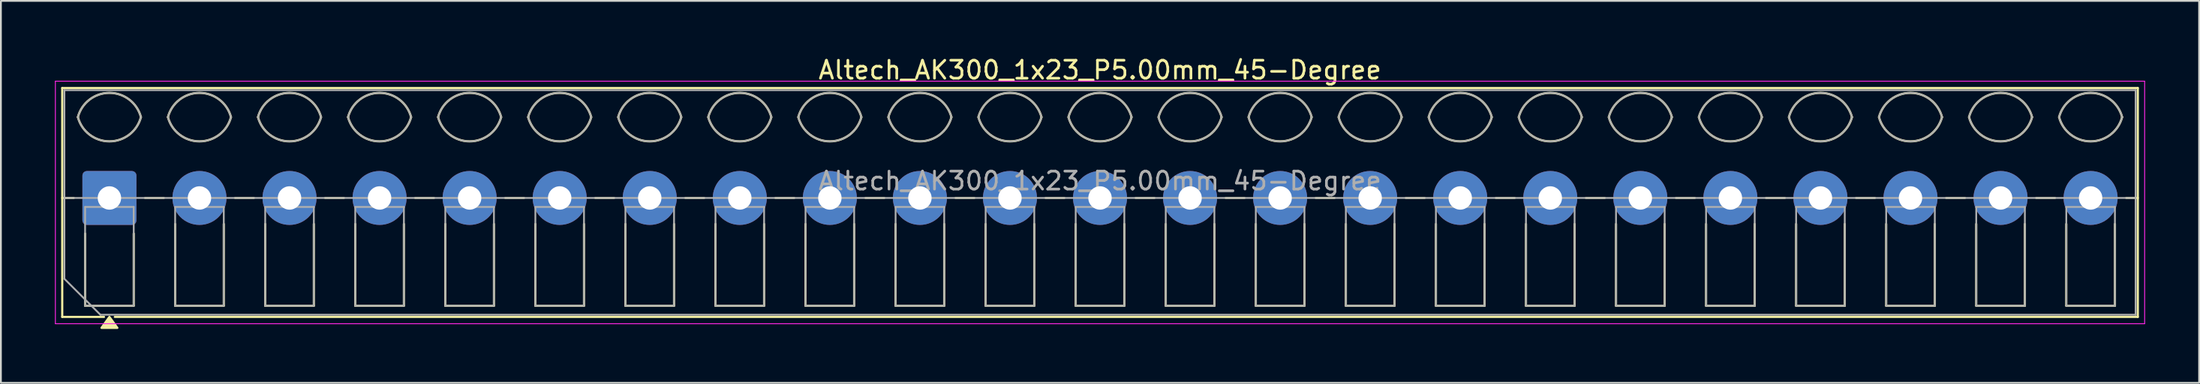
<source format=kicad_pcb>
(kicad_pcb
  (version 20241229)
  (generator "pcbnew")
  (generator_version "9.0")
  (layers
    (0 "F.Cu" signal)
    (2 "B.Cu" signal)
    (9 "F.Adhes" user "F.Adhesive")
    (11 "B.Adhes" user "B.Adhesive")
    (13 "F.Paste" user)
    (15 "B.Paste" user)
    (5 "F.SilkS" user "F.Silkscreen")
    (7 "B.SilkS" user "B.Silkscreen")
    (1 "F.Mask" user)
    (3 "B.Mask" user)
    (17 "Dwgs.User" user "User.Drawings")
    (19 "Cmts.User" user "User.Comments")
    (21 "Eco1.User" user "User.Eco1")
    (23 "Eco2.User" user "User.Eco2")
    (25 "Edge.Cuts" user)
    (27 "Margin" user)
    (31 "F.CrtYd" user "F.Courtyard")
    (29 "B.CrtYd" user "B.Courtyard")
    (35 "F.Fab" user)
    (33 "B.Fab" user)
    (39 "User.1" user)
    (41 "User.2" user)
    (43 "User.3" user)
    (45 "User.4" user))
  (footprint "Altech_AK300_1x23_P5.00mm_45-Degree"
    (layer "F.Cu")
    (at 3.025 7.968)
    (property "Reference" "Altech_AK300_1x23_P5.00mm_45-Degree" (at 55 -7.12 0) (layer "F.SilkS") (effects (font (size 1 1) (thickness 0.15))))
    (attr through_hole)
    (fp_line (start -2.62 -6.12) (end 112.62 -6.12) (stroke (width 0.12) (type solid)) (layer "F.SilkS"))
    (fp_line (start -2.62 0) (end -1.98 0) (stroke (width 0.12) (type solid)) (layer "F.SilkS"))
    (fp_line (start -2.62 6.62) (end -2.62 -6.12) (stroke (width 0.12) (type solid)) (layer "F.SilkS"))
    (fp_line (start -1.35 6) (end -1.35 1.98) (stroke (width 0.12) (type solid)) (layer "F.SilkS"))
    (fp_line (start -0.3 6.62) (end -2.62 6.62) (stroke (width 0.12) (type solid)) (layer "F.SilkS"))
    (fp_line (start 1.35 1.98) (end 1.35 6) (stroke (width 0.12) (type solid)) (layer "F.SilkS"))
    (fp_line (start 1.35 6) (end -1.35 6) (stroke (width 0.12) (type solid)) (layer "F.SilkS"))
    (fp_line (start 1.98 0) (end 3.02 0) (stroke (width 0.12) (type solid)) (layer "F.SilkS"))
    (fp_line (start 3.65 6) (end 3.65 1.448) (stroke (width 0.12) (type solid)) (layer "F.SilkS"))
    (fp_line (start 6.35 1.448) (end 6.35 6) (stroke (width 0.12) (type solid)) (layer "F.SilkS"))
    (fp_line (start 6.35 6) (end 3.65 6) (stroke (width 0.12) (type solid)) (layer "F.SilkS"))
    (fp_line (start 6.98 0) (end 8.02 0) (stroke (width 0.12) (type solid)) (layer "F.SilkS"))
    (fp_line (start 8.65 6) (end 8.65 1.448) (stroke (width 0.12) (type solid)) (layer "F.SilkS"))
    (fp_line (start 11.35 1.448) (end 11.35 6) (stroke (width 0.12) (type solid)) (layer "F.SilkS"))
    (fp_line (start 11.35 6) (end 8.65 6) (stroke (width 0.12) (type solid)) (layer "F.SilkS"))
    (fp_line (start 11.98 0) (end 13.02 0) (stroke (width 0.12) (type solid)) (layer "F.SilkS"))
    (fp_line (start 13.65 6) (end 13.65 1.448) (stroke (width 0.12) (type solid)) (layer "F.SilkS"))
    (fp_line (start 16.35 1.448) (end 16.35 6) (stroke (width 0.12) (type solid)) (layer "F.SilkS"))
    (fp_line (start 16.35 6) (end 13.65 6) (stroke (width 0.12) (type solid)) (layer "F.SilkS"))
    (fp_line (start 16.98 0) (end 18.02 0) (stroke (width 0.12) (type solid)) (layer "F.SilkS"))
    (fp_line (start 18.65 6) (end 18.65 1.448) (stroke (width 0.12) (type solid)) (layer "F.SilkS"))
    (fp_line (start 21.35 1.448) (end 21.35 6) (stroke (width 0.12) (type solid)) (layer "F.SilkS"))
    (fp_line (start 21.35 6) (end 18.65 6) (stroke (width 0.12) (type solid)) (layer "F.SilkS"))
    (fp_line (start 21.98 0) (end 23.02 0) (stroke (width 0.12) (type solid)) (layer "F.SilkS"))
    (fp_line (start 23.65 6) (end 23.65 1.448) (stroke (width 0.12) (type solid)) (layer "F.SilkS"))
    (fp_line (start 26.35 1.448) (end 26.35 6) (stroke (width 0.12) (type solid)) (layer "F.SilkS"))
    (fp_line (start 26.35 6) (end 23.65 6) (stroke (width 0.12) (type solid)) (layer "F.SilkS"))
    (fp_line (start 26.98 0) (end 28.02 0) (stroke (width 0.12) (type solid)) (layer "F.SilkS"))
    (fp_line (start 28.65 6) (end 28.65 1.448) (stroke (width 0.12) (type solid)) (layer "F.SilkS"))
    (fp_line (start 31.35 1.448) (end 31.35 6) (stroke (width 0.12) (type solid)) (layer "F.SilkS"))
    (fp_line (start 31.35 6) (end 28.65 6) (stroke (width 0.12) (type solid)) (layer "F.SilkS"))
    (fp_line (start 31.98 0) (end 33.02 0) (stroke (width 0.12) (type solid)) (layer "F.SilkS"))
    (fp_line (start 33.65 6) (end 33.65 1.448) (stroke (width 0.12) (type solid)) (layer "F.SilkS"))
    (fp_line (start 36.35 1.448) (end 36.35 6) (stroke (width 0.12) (type solid)) (layer "F.SilkS"))
    (fp_line (start 36.35 6) (end 33.65 6) (stroke (width 0.12) (type solid)) (layer "F.SilkS"))
    (fp_line (start 36.98 0) (end 38.02 0) (stroke (width 0.12) (type solid)) (layer "F.SilkS"))
    (fp_line (start 38.65 6) (end 38.65 1.448) (stroke (width 0.12) (type solid)) (layer "F.SilkS"))
    (fp_line (start 41.35 1.448) (end 41.35 6) (stroke (width 0.12) (type solid)) (layer "F.SilkS"))
    (fp_line (start 41.35 6) (end 38.65 6) (stroke (width 0.12) (type solid)) (layer "F.SilkS"))
    (fp_line (start 41.98 0) (end 43.02 0) (stroke (width 0.12) (type solid)) (layer "F.SilkS"))
    (fp_line (start 43.65 6) (end 43.65 1.448) (stroke (width 0.12) (type solid)) (layer "F.SilkS"))
    (fp_line (start 46.35 1.448) (end 46.35 6) (stroke (width 0.12) (type solid)) (layer "F.SilkS"))
    (fp_line (start 46.35 6) (end 43.65 6) (stroke (width 0.12) (type solid)) (layer "F.SilkS"))
    (fp_line (start 46.98 0) (end 48.02 0) (stroke (width 0.12) (type solid)) (layer "F.SilkS"))
    (fp_line (start 48.65 6) (end 48.65 1.448) (stroke (width 0.12) (type solid)) (layer "F.SilkS"))
    (fp_line (start 51.35 1.448) (end 51.35 6) (stroke (width 0.12) (type solid)) (layer "F.SilkS"))
    (fp_line (start 51.35 6) (end 48.65 6) (stroke (width 0.12) (type solid)) (layer "F.SilkS"))
    (fp_line (start 51.98 0) (end 53.02 0) (stroke (width 0.12) (type solid)) (layer "F.SilkS"))
    (fp_line (start 53.65 6) (end 53.65 1.448) (stroke (width 0.12) (type solid)) (layer "F.SilkS"))
    (fp_line (start 56.35 1.448) (end 56.35 6) (stroke (width 0.12) (type solid)) (layer "F.SilkS"))
    (fp_line (start 56.35 6) (end 53.65 6) (stroke (width 0.12) (type solid)) (layer "F.SilkS"))
    (fp_line (start 56.98 0) (end 58.02 0) (stroke (width 0.12) (type solid)) (layer "F.SilkS"))
    (fp_line (start 58.65 6) (end 58.65 1.448) (stroke (width 0.12) (type solid)) (layer "F.SilkS"))
    (fp_line (start 61.35 1.448) (end 61.35 6) (stroke (width 0.12) (type solid)) (layer "F.SilkS"))
    (fp_line (start 61.35 6) (end 58.65 6) (stroke (width 0.12) (type solid)) (layer "F.SilkS"))
    (fp_line (start 61.98 0) (end 63.02 0) (stroke (width 0.12) (type solid)) (layer "F.SilkS"))
    (fp_line (start 63.65 6) (end 63.65 1.448) (stroke (width 0.12) (type solid)) (layer "F.SilkS"))
    (fp_line (start 66.35 1.448) (end 66.35 6) (stroke (width 0.12) (type solid)) (layer "F.SilkS"))
    (fp_line (start 66.35 6) (end 63.65 6) (stroke (width 0.12) (type solid)) (layer "F.SilkS"))
    (fp_line (start 66.98 0) (end 68.02 0) (stroke (width 0.12) (type solid)) (layer "F.SilkS"))
    (fp_line (start 68.65 6) (end 68.65 1.448) (stroke (width 0.12) (type solid)) (layer "F.SilkS"))
    (fp_line (start 71.35 1.448) (end 71.35 6) (stroke (width 0.12) (type solid)) (layer "F.SilkS"))
    (fp_line (start 71.35 6) (end 68.65 6) (stroke (width 0.12) (type solid)) (layer "F.SilkS"))
    (fp_line (start 71.98 0) (end 73.02 0) (stroke (width 0.12) (type solid)) (layer "F.SilkS"))
    (fp_line (start 73.65 6) (end 73.65 1.448) (stroke (width 0.12) (type solid)) (layer "F.SilkS"))
    (fp_line (start 76.35 1.448) (end 76.35 6) (stroke (width 0.12) (type solid)) (layer "F.SilkS"))
    (fp_line (start 76.35 6) (end 73.65 6) (stroke (width 0.12) (type solid)) (layer "F.SilkS"))
    (fp_line (start 76.98 0) (end 78.02 0) (stroke (width 0.12) (type solid)) (layer "F.SilkS"))
    (fp_line (start 78.65 6) (end 78.65 1.448) (stroke (width 0.12) (type solid)) (layer "F.SilkS"))
    (fp_line (start 81.35 1.448) (end 81.35 6) (stroke (width 0.12) (type solid)) (layer "F.SilkS"))
    (fp_line (start 81.35 6) (end 78.65 6) (stroke (width 0.12) (type solid)) (layer "F.SilkS"))
    (fp_line (start 81.98 0) (end 83.02 0) (stroke (width 0.12) (type solid)) (layer "F.SilkS"))
    (fp_line (start 83.65 6) (end 83.65 1.448) (stroke (width 0.12) (type solid)) (layer "F.SilkS"))
    (fp_line (start 86.35 1.448) (end 86.35 6) (stroke (width 0.12) (type solid)) (layer "F.SilkS"))
    (fp_line (start 86.35 6) (end 83.65 6) (stroke (width 0.12) (type solid)) (layer "F.SilkS"))
    (fp_line (start 86.98 0) (end 88.02 0) (stroke (width 0.12) (type solid)) (layer "F.SilkS"))
    (fp_line (start 88.65 6) (end 88.65 1.448) (stroke (width 0.12) (type solid)) (layer "F.SilkS"))
    (fp_line (start 91.35 1.448) (end 91.35 6) (stroke (width 0.12) (type solid)) (layer "F.SilkS"))
    (fp_line (start 91.35 6) (end 88.65 6) (stroke (width 0.12) (type solid)) (layer "F.SilkS"))
    (fp_line (start 91.98 0) (end 93.02 0) (stroke (width 0.12) (type solid)) (layer "F.SilkS"))
    (fp_line (start 93.65 6) (end 93.65 1.448) (stroke (width 0.12) (type solid)) (layer "F.SilkS"))
    (fp_line (start 96.35 1.448) (end 96.35 6) (stroke (width 0.12) (type solid)) (layer "F.SilkS"))
    (fp_line (start 96.35 6) (end 93.65 6) (stroke (width 0.12) (type solid)) (layer "F.SilkS"))
    (fp_line (start 96.98 0) (end 98.02 0) (stroke (width 0.12) (type solid)) (layer "F.SilkS"))
    (fp_line (start 98.65 6) (end 98.65 1.448) (stroke (width 0.12) (type solid)) (layer "F.SilkS"))
    (fp_line (start 101.35 1.448) (end 101.35 6) (stroke (width 0.12) (type solid)) (layer "F.SilkS"))
    (fp_line (start 101.35 6) (end 98.65 6) (stroke (width 0.12) (type solid)) (layer "F.SilkS"))
    (fp_line (start 101.98 0) (end 103.02 0) (stroke (width 0.12) (type solid)) (layer "F.SilkS"))
    (fp_line (start 103.65 6) (end 103.65 1.448) (stroke (width 0.12) (type solid)) (layer "F.SilkS"))
    (fp_line (start 106.35 1.448) (end 106.35 6) (stroke (width 0.12) (type solid)) (layer "F.SilkS"))
    (fp_line (start 106.35 6) (end 103.65 6) (stroke (width 0.12) (type solid)) (layer "F.SilkS"))
    (fp_line (start 106.98 0) (end 108.02 0) (stroke (width 0.12) (type solid)) (layer "F.SilkS"))
    (fp_line (start 108.65 6) (end 108.65 1.448) (stroke (width 0.12) (type solid)) (layer "F.SilkS"))
    (fp_line (start 111.35 1.448) (end 111.35 6) (stroke (width 0.12) (type solid)) (layer "F.SilkS"))
    (fp_line (start 111.35 6) (end 108.65 6) (stroke (width 0.12) (type solid)) (layer "F.SilkS"))
    (fp_line (start 111.98 0) (end 112.62 0) (stroke (width 0.12) (type solid)) (layer "F.SilkS"))
    (fp_line (start 112.62 -6.12) (end 112.62 6.62) (stroke (width 0.12) (type solid)) (layer "F.SilkS"))
    (fp_line (start 112.62 6.62) (end 0.3 6.62) (stroke (width 0.12) (type solid)) (layer "F.SilkS"))
    (fp_arc (start -1.75 -4.5) (mid 0 -5.85) (end 1.75 -4.5) (stroke (width 0.12) (type solid)) (layer "F.SilkS"))
    (fp_arc (start 1.75 -4.5) (mid 0 -3.15) (end -1.75 -4.5) (stroke (width 0.12) (type solid)) (layer "F.SilkS"))
    (fp_arc (start 3.25 -4.5) (mid 5 -5.85) (end 6.75 -4.5) (stroke (width 0.12) (type solid)) (layer "F.SilkS"))
    (fp_arc (start 6.75 -4.5) (mid 5 -3.15) (end 3.25 -4.5) (stroke (width 0.12) (type solid)) (layer "F.SilkS"))
    (fp_arc (start 8.25 -4.5) (mid 10 -5.85) (end 11.75 -4.5) (stroke (width 0.12) (type solid)) (layer "F.SilkS"))
    (fp_arc (start 11.75 -4.5) (mid 10 -3.15) (end 8.25 -4.5) (stroke (width 0.12) (type solid)) (layer "F.SilkS"))
    (fp_arc (start 13.25 -4.5) (mid 15 -5.85) (end 16.75 -4.5) (stroke (width 0.12) (type solid)) (layer "F.SilkS"))
    (fp_arc (start 16.75 -4.5) (mid 15 -3.15) (end 13.25 -4.5) (stroke (width 0.12) (type solid)) (layer "F.SilkS"))
    (fp_arc (start 18.25 -4.5) (mid 20 -5.85) (end 21.75 -4.5) (stroke (width 0.12) (type solid)) (layer "F.SilkS"))
    (fp_arc (start 21.75 -4.5) (mid 20 -3.15) (end 18.25 -4.5) (stroke (width 0.12) (type solid)) (layer "F.SilkS"))
    (fp_arc (start 23.25 -4.5) (mid 25 -5.85) (end 26.75 -4.5) (stroke (width 0.12) (type solid)) (layer "F.SilkS"))
    (fp_arc (start 26.75 -4.5) (mid 25 -3.15) (end 23.25 -4.5) (stroke (width 0.12) (type solid)) (layer "F.SilkS"))
    (fp_arc (start 28.25 -4.5) (mid 30 -5.85) (end 31.75 -4.5) (stroke (width 0.12) (type solid)) (layer "F.SilkS"))
    (fp_arc (start 31.75 -4.5) (mid 30 -3.15) (end 28.25 -4.5) (stroke (width 0.12) (type solid)) (layer "F.SilkS"))
    (fp_arc (start 33.25 -4.5) (mid 35 -5.85) (end 36.75 -4.5) (stroke (width 0.12) (type solid)) (layer "F.SilkS"))
    (fp_arc (start 36.75 -4.5) (mid 35 -3.15) (end 33.25 -4.5) (stroke (width 0.12) (type solid)) (layer "F.SilkS"))
    (fp_arc (start 38.25 -4.5) (mid 40 -5.85) (end 41.75 -4.5) (stroke (width 0.12) (type solid)) (layer "F.SilkS"))
    (fp_arc (start 41.75 -4.5) (mid 40 -3.15) (end 38.25 -4.5) (stroke (width 0.12) (type solid)) (layer "F.SilkS"))
    (fp_arc (start 43.25 -4.5) (mid 45 -5.85) (end 46.75 -4.5) (stroke (width 0.12) (type solid)) (layer "F.SilkS"))
    (fp_arc (start 46.75 -4.5) (mid 45 -3.15) (end 43.25 -4.5) (stroke (width 0.12) (type solid)) (layer "F.SilkS"))
    (fp_arc (start 48.25 -4.5) (mid 50 -5.85) (end 51.75 -4.5) (stroke (width 0.12) (type solid)) (layer "F.SilkS"))
    (fp_arc (start 51.75 -4.5) (mid 50 -3.15) (end 48.25 -4.5) (stroke (width 0.12) (type solid)) (layer "F.SilkS"))
    (fp_arc (start 53.25 -4.5) (mid 55 -5.85) (end 56.75 -4.5) (stroke (width 0.12) (type solid)) (layer "F.SilkS"))
    (fp_arc (start 56.75 -4.5) (mid 55 -3.15) (end 53.25 -4.5) (stroke (width 0.12) (type solid)) (layer "F.SilkS"))
    (fp_arc (start 58.25 -4.5) (mid 60 -5.85) (end 61.75 -4.5) (stroke (width 0.12) (type solid)) (layer "F.SilkS"))
    (fp_arc (start 61.75 -4.5) (mid 60 -3.15) (end 58.25 -4.5) (stroke (width 0.12) (type solid)) (layer "F.SilkS"))
    (fp_arc (start 63.25 -4.5) (mid 65 -5.85) (end 66.75 -4.5) (stroke (width 0.12) (type solid)) (layer "F.SilkS"))
    (fp_arc (start 66.75 -4.5) (mid 65 -3.15) (end 63.25 -4.5) (stroke (width 0.12) (type solid)) (layer "F.SilkS"))
    (fp_arc (start 68.25 -4.5) (mid 70 -5.85) (end 71.75 -4.5) (stroke (width 0.12) (type solid)) (layer "F.SilkS"))
    (fp_arc (start 71.75 -4.5) (mid 70 -3.15) (end 68.25 -4.5) (stroke (width 0.12) (type solid)) (layer "F.SilkS"))
    (fp_arc (start 73.25 -4.5) (mid 75 -5.85) (end 76.75 -4.5) (stroke (width 0.12) (type solid)) (layer "F.SilkS"))
    (fp_arc (start 76.75 -4.5) (mid 75 -3.15) (end 73.25 -4.5) (stroke (width 0.12) (type solid)) (layer "F.SilkS"))
    (fp_arc (start 78.25 -4.5) (mid 80 -5.85) (end 81.75 -4.5) (stroke (width 0.12) (type solid)) (layer "F.SilkS"))
    (fp_arc (start 81.75 -4.5) (mid 80 -3.15) (end 78.25 -4.5) (stroke (width 0.12) (type solid)) (layer "F.SilkS"))
    (fp_arc (start 83.25 -4.5) (mid 85 -5.85) (end 86.75 -4.5) (stroke (width 0.12) (type solid)) (layer "F.SilkS"))
    (fp_arc (start 86.75 -4.5) (mid 85 -3.15) (end 83.25 -4.5) (stroke (width 0.12) (type solid)) (layer "F.SilkS"))
    (fp_arc (start 88.25 -4.5) (mid 90 -5.85) (end 91.75 -4.5) (stroke (width 0.12) (type solid)) (layer "F.SilkS"))
    (fp_arc (start 91.75 -4.5) (mid 90 -3.15) (end 88.25 -4.5) (stroke (width 0.12) (type solid)) (layer "F.SilkS"))
    (fp_arc (start 93.25 -4.5) (mid 95 -5.85) (end 96.75 -4.5) (stroke (width 0.12) (type solid)) (layer "F.SilkS"))
    (fp_arc (start 96.75 -4.5) (mid 95 -3.15) (end 93.25 -4.5) (stroke (width 0.12) (type solid)) (layer "F.SilkS"))
    (fp_arc (start 98.25 -4.5) (mid 100 -5.85) (end 101.75 -4.5) (stroke (width 0.12) (type solid)) (layer "F.SilkS"))
    (fp_arc (start 101.75 -4.5) (mid 100 -3.15) (end 98.25 -4.5) (stroke (width 0.12) (type solid)) (layer "F.SilkS"))
    (fp_arc (start 103.25 -4.5) (mid 105 -5.85) (end 106.75 -4.5) (stroke (width 0.12) (type solid)) (layer "F.SilkS"))
    (fp_arc (start 106.75 -4.5) (mid 105 -3.15) (end 103.25 -4.5) (stroke (width 0.12) (type solid)) (layer "F.SilkS"))
    (fp_arc (start 108.25 -4.5) (mid 110 -5.85) (end 111.75 -4.5) (stroke (width 0.12) (type solid)) (layer "F.SilkS"))
    (fp_arc (start 111.75 -4.5) (mid 110 -3.15) (end 108.25 -4.5) (stroke (width 0.12) (type solid)) (layer "F.SilkS"))
    (fp_poly (pts (xy 0 6.62) (xy 0.44 7.23) (xy -0.44 7.23)) (stroke (width 0.12) (type solid)) (fill yes) (layer "F.SilkS"))
    (fp_line (start -3 -6.5) (end -3 7) (stroke (width 0.05) (type solid)) (layer "F.CrtYd"))
    (fp_line (start -3 7) (end 113 7) (stroke (width 0.05) (type solid)) (layer "F.CrtYd"))
    (fp_line (start 113 -6.5) (end -3 -6.5) (stroke (width 0.05) (type solid)) (layer "F.CrtYd"))
    (fp_line (start 113 7) (end 113 -6.5) (stroke (width 0.05) (type solid)) (layer "F.CrtYd"))
    (fp_line (start -2.5 -6) (end 112.5 -6) (stroke (width 0.1) (type solid)) (layer "F.Fab"))
    (fp_line (start -2.5 0) (end 112.5 0) (stroke (width 0.1) (type solid)) (layer "F.Fab"))
    (fp_line (start -2.5 4.5) (end -2.5 -6) (stroke (width 0.1) (type solid)) (layer "F.Fab"))
    (fp_line (start -1.35 0.5) (end -1.35 6) (stroke (width 0.1) (type solid)) (layer "F.Fab"))
    (fp_line (start -1.35 6) (end 1.35 6) (stroke (width 0.1) (type solid)) (layer "F.Fab"))
    (fp_line (start -0.5 6.5) (end -2.5 4.5) (stroke (width 0.1) (type solid)) (layer "F.Fab"))
    (fp_line (start 1.35 0.5) (end -1.35 0.5) (stroke (width 0.1) (type solid)) (layer "F.Fab"))
    (fp_line (start 1.35 6) (end 1.35 0.5) (stroke (width 0.1) (type solid)) (layer "F.Fab"))
    (fp_line (start 3.65 0.5) (end 3.65 6) (stroke (width 0.1) (type solid)) (layer "F.Fab"))
    (fp_line (start 3.65 6) (end 6.35 6) (stroke (width 0.1) (type solid)) (layer "F.Fab"))
    (fp_line (start 6.35 0.5) (end 3.65 0.5) (stroke (width 0.1) (type solid)) (layer "F.Fab"))
    (fp_line (start 6.35 6) (end 6.35 0.5) (stroke (width 0.1) (type solid)) (layer "F.Fab"))
    (fp_line (start 8.65 0.5) (end 8.65 6) (stroke (width 0.1) (type solid)) (layer "F.Fab"))
    (fp_line (start 8.65 6) (end 11.351 6) (stroke (width 0.1) (type solid)) (layer "F.Fab"))
    (fp_line (start 11.351 0.5) (end 8.65 0.5) (stroke (width 0.1) (type solid)) (layer "F.Fab"))
    (fp_line (start 11.351 6) (end 11.351 0.5) (stroke (width 0.1) (type solid)) (layer "F.Fab"))
    (fp_line (start 13.65 0.5) (end 13.65 6) (stroke (width 0.1) (type solid)) (layer "F.Fab"))
    (fp_line (start 13.65 6) (end 16.351 6) (stroke (width 0.1) (type solid)) (layer "F.Fab"))
    (fp_line (start 16.351 0.5) (end 13.65 0.5) (stroke (width 0.1) (type solid)) (layer "F.Fab"))
    (fp_line (start 16.351 6) (end 16.351 0.5) (stroke (width 0.1) (type solid)) (layer "F.Fab"))
    (fp_line (start 18.65 0.5) (end 18.65 6) (stroke (width 0.1) (type solid)) (layer "F.Fab"))
    (fp_line (start 18.65 6) (end 21.35 6) (stroke (width 0.1) (type solid)) (layer "F.Fab"))
    (fp_line (start 21.35 0.5) (end 18.65 0.5) (stroke (width 0.1) (type solid)) (layer "F.Fab"))
    (fp_line (start 21.35 6) (end 21.35 0.5) (stroke (width 0.1) (type solid)) (layer "F.Fab"))
    (fp_line (start 23.65 0.5) (end 23.65 6) (stroke (width 0.1) (type solid)) (layer "F.Fab"))
    (fp_line (start 23.65 6) (end 26.35 6) (stroke (width 0.1) (type solid)) (layer "F.Fab"))
    (fp_line (start 26.35 0.5) (end 23.65 0.5) (stroke (width 0.1) (type solid)) (layer "F.Fab"))
    (fp_line (start 26.35 6) (end 26.35 0.5) (stroke (width 0.1) (type solid)) (layer "F.Fab"))
    (fp_line (start 28.65 0.5) (end 28.65 6) (stroke (width 0.1) (type solid)) (layer "F.Fab"))
    (fp_line (start 28.65 6) (end 31.35 6) (stroke (width 0.1) (type solid)) (layer "F.Fab"))
    (fp_line (start 31.35 0.5) (end 28.65 0.5) (stroke (width 0.1) (type solid)) (layer "F.Fab"))
    (fp_line (start 31.35 6) (end 31.35 0.5) (stroke (width 0.1) (type solid)) (layer "F.Fab"))
    (fp_line (start 33.65 0.5) (end 33.65 6) (stroke (width 0.1) (type solid)) (layer "F.Fab"))
    (fp_line (start 33.65 6) (end 36.35 6) (stroke (width 0.1) (type solid)) (layer "F.Fab"))
    (fp_line (start 36.35 0.5) (end 33.65 0.5) (stroke (width 0.1) (type solid)) (layer "F.Fab"))
    (fp_line (start 36.35 6) (end 36.35 0.5) (stroke (width 0.1) (type solid)) (layer "F.Fab"))
    (fp_line (start 38.65 0.5) (end 38.65 6) (stroke (width 0.1) (type solid)) (layer "F.Fab"))
    (fp_line (start 38.65 6) (end 41.35 6) (stroke (width 0.1) (type solid)) (layer "F.Fab"))
    (fp_line (start 41.35 0.5) (end 38.65 0.5) (stroke (width 0.1) (type solid)) (layer "F.Fab"))
    (fp_line (start 41.35 6) (end 41.35 0.5) (stroke (width 0.1) (type solid)) (layer "F.Fab"))
    (fp_line (start 43.65 0.5) (end 43.65 6) (stroke (width 0.1) (type solid)) (layer "F.Fab"))
    (fp_line (start 43.65 6) (end 46.35 6) (stroke (width 0.1) (type solid)) (layer "F.Fab"))
    (fp_line (start 46.35 0.5) (end 43.65 0.5) (stroke (width 0.1) (type solid)) (layer "F.Fab"))
    (fp_line (start 46.35 6) (end 46.35 0.5) (stroke (width 0.1) (type solid)) (layer "F.Fab"))
    (fp_line (start 48.65 0.5) (end 48.65 6) (stroke (width 0.1) (type solid)) (layer "F.Fab"))
    (fp_line (start 48.65 6) (end 51.35 6) (stroke (width 0.1) (type solid)) (layer "F.Fab"))
    (fp_line (start 51.35 0.5) (end 48.65 0.5) (stroke (width 0.1) (type solid)) (layer "F.Fab"))
    (fp_line (start 51.35 6) (end 51.35 0.5) (stroke (width 0.1) (type solid)) (layer "F.Fab"))
    (fp_line (start 53.65 0.5) (end 53.65 6) (stroke (width 0.1) (type solid)) (layer "F.Fab"))
    (fp_line (start 53.65 6) (end 56.35 6) (stroke (width 0.1) (type solid)) (layer "F.Fab"))
    (fp_line (start 56.35 0.5) (end 53.65 0.5) (stroke (width 0.1) (type solid)) (layer "F.Fab"))
    (fp_line (start 56.35 6) (end 56.35 0.5) (stroke (width 0.1) (type solid)) (layer "F.Fab"))
    (fp_line (start 58.65 0.5) (end 58.65 6) (stroke (width 0.1) (type solid)) (layer "F.Fab"))
    (fp_line (start 58.65 6) (end 61.35 6) (stroke (width 0.1) (type solid)) (layer "F.Fab"))
    (fp_line (start 61.35 0.5) (end 58.65 0.5) (stroke (width 0.1) (type solid)) (layer "F.Fab"))
    (fp_line (start 61.35 6) (end 61.35 0.5) (stroke (width 0.1) (type solid)) (layer "F.Fab"))
    (fp_line (start 63.65 0.5) (end 63.65 6) (stroke (width 0.1) (type solid)) (layer "F.Fab"))
    (fp_line (start 63.65 6) (end 66.35 6) (stroke (width 0.1) (type solid)) (layer "F.Fab"))
    (fp_line (start 66.35 0.5) (end 63.65 0.5) (stroke (width 0.1) (type solid)) (layer "F.Fab"))
    (fp_line (start 66.35 6) (end 66.35 0.5) (stroke (width 0.1) (type solid)) (layer "F.Fab"))
    (fp_line (start 68.65 0.5) (end 68.65 6) (stroke (width 0.1) (type solid)) (layer "F.Fab"))
    (fp_line (start 68.65 6) (end 71.35 6) (stroke (width 0.1) (type solid)) (layer "F.Fab"))
    (fp_line (start 71.35 0.5) (end 68.65 0.5) (stroke (width 0.1) (type solid)) (layer "F.Fab"))
    (fp_line (start 71.35 6) (end 71.35 0.5) (stroke (width 0.1) (type solid)) (layer "F.Fab"))
    (fp_line (start 73.65 0.5) (end 73.65 6) (stroke (width 0.1) (type solid)) (layer "F.Fab"))
    (fp_line (start 73.65 6) (end 76.35 6) (stroke (width 0.1) (type solid)) (layer "F.Fab"))
    (fp_line (start 76.35 0.5) (end 73.65 0.5) (stroke (width 0.1) (type solid)) (layer "F.Fab"))
    (fp_line (start 76.35 6) (end 76.35 0.5) (stroke (width 0.1) (type solid)) (layer "F.Fab"))
    (fp_line (start 78.65 0.5) (end 78.65 6) (stroke (width 0.1) (type solid)) (layer "F.Fab"))
    (fp_line (start 78.65 6) (end 81.35 6) (stroke (width 0.1) (type solid)) (layer "F.Fab"))
    (fp_line (start 81.35 0.5) (end 78.65 0.5) (stroke (width 0.1) (type solid)) (layer "F.Fab"))
    (fp_line (start 81.35 6) (end 81.35 0.5) (stroke (width 0.1) (type solid)) (layer "F.Fab"))
    (fp_line (start 83.65 0.5) (end 83.65 6) (stroke (width 0.1) (type solid)) (layer "F.Fab"))
    (fp_line (start 83.65 6) (end 86.35 6) (stroke (width 0.1) (type solid)) (layer "F.Fab"))
    (fp_line (start 86.35 0.5) (end 83.65 0.5) (stroke (width 0.1) (type solid)) (layer "F.Fab"))
    (fp_line (start 86.35 6) (end 86.35 0.5) (stroke (width 0.1) (type solid)) (layer "F.Fab"))
    (fp_line (start 88.65 0.5) (end 88.65 6) (stroke (width 0.1) (type solid)) (layer "F.Fab"))
    (fp_line (start 88.65 6) (end 91.35 6) (stroke (width 0.1) (type solid)) (layer "F.Fab"))
    (fp_line (start 91.35 0.5) (end 88.65 0.5) (stroke (width 0.1) (type solid)) (layer "F.Fab"))
    (fp_line (start 91.35 6) (end 91.35 0.5) (stroke (width 0.1) (type solid)) (layer "F.Fab"))
    (fp_line (start 93.65 0.5) (end 93.65 6) (stroke (width 0.1) (type solid)) (layer "F.Fab"))
    (fp_line (start 93.65 6) (end 96.35 6) (stroke (width 0.1) (type solid)) (layer "F.Fab"))
    (fp_line (start 96.35 0.5) (end 93.65 0.5) (stroke (width 0.1) (type solid)) (layer "F.Fab"))
    (fp_line (start 96.35 6) (end 96.35 0.5) (stroke (width 0.1) (type solid)) (layer "F.Fab"))
    (fp_line (start 98.65 0.5) (end 98.65 6) (stroke (width 0.1) (type solid)) (layer "F.Fab"))
    (fp_line (start 98.65 6) (end 101.35 6) (stroke (width 0.1) (type solid)) (layer "F.Fab"))
    (fp_line (start 101.35 0.5) (end 98.65 0.5) (stroke (width 0.1) (type solid)) (layer "F.Fab"))
    (fp_line (start 101.35 6) (end 101.35 0.5) (stroke (width 0.1) (type solid)) (layer "F.Fab"))
    (fp_line (start 103.65 0.5) (end 103.65 6) (stroke (width 0.1) (type solid)) (layer "F.Fab"))
    (fp_line (start 103.65 6) (end 106.35 6) (stroke (width 0.1) (type solid)) (layer "F.Fab"))
    (fp_line (start 106.35 0.5) (end 103.65 0.5) (stroke (width 0.1) (type solid)) (layer "F.Fab"))
    (fp_line (start 106.35 6) (end 106.35 0.5) (stroke (width 0.1) (type solid)) (layer "F.Fab"))
    (fp_line (start 108.65 0.5) (end 108.65 6) (stroke (width 0.1) (type solid)) (layer "F.Fab"))
    (fp_line (start 108.65 6) (end 111.35 6) (stroke (width 0.1) (type solid)) (layer "F.Fab"))
    (fp_line (start 111.35 0.5) (end 108.65 0.5) (stroke (width 0.1) (type solid)) (layer "F.Fab"))
    (fp_line (start 111.35 6) (end 111.35 0.5) (stroke (width 0.1) (type solid)) (layer "F.Fab"))
    (fp_line (start 112.5 -6) (end 112.5 6.5) (stroke (width 0.1) (type solid)) (layer "F.Fab"))
    (fp_line (start 112.5 6.5) (end -0.5 6.5) (stroke (width 0.1) (type solid)) (layer "F.Fab"))
    (fp_arc (start -1.75 -4.5) (mid 0 -5.85) (end 1.75 -4.5) (stroke (width 0.1) (type solid)) (layer "F.Fab"))
    (fp_arc (start 1.75 -4.5) (mid 0 -3.15) (end -1.75 -4.5) (stroke (width 0.1) (type solid)) (layer "F.Fab"))
    (fp_arc (start 3.25 -4.5) (mid 5 -5.85) (end 6.75 -4.5) (stroke (width 0.1) (type solid)) (layer "F.Fab"))
    (fp_arc (start 6.75 -4.5) (mid 5 -3.15) (end 3.25 -4.5) (stroke (width 0.1) (type solid)) (layer "F.Fab"))
    (fp_arc (start 8.25 -4.5) (mid 10 -5.85) (end 11.75 -4.5) (stroke (width 0.1) (type solid)) (layer "F.Fab"))
    (fp_arc (start 11.75 -4.5) (mid 10 -3.15) (end 8.25 -4.5) (stroke (width 0.1) (type solid)) (layer "F.Fab"))
    (fp_arc (start 13.25 -4.5) (mid 15 -5.85) (end 16.75 -4.5) (stroke (width 0.1) (type solid)) (layer "F.Fab"))
    (fp_arc (start 16.75 -4.5) (mid 15 -3.15) (end 13.25 -4.5) (stroke (width 0.1) (type solid)) (layer "F.Fab"))
    (fp_arc (start 18.25 -4.5) (mid 20 -5.85) (end 21.75 -4.5) (stroke (width 0.1) (type solid)) (layer "F.Fab"))
    (fp_arc (start 21.75 -4.5) (mid 20 -3.15) (end 18.25 -4.5) (stroke (width 0.1) (type solid)) (layer "F.Fab"))
    (fp_arc (start 23.25 -4.5) (mid 25 -5.85) (end 26.75 -4.5) (stroke (width 0.1) (type solid)) (layer "F.Fab"))
    (fp_arc (start 26.75 -4.5) (mid 25 -3.15) (end 23.25 -4.5) (stroke (width 0.1) (type solid)) (layer "F.Fab"))
    (fp_arc (start 28.25 -4.5) (mid 30 -5.85) (end 31.75 -4.5) (stroke (width 0.1) (type solid)) (layer "F.Fab"))
    (fp_arc (start 31.75 -4.5) (mid 30 -3.15) (end 28.25 -4.5) (stroke (width 0.1) (type solid)) (layer "F.Fab"))
    (fp_arc (start 33.25 -4.5) (mid 35 -5.85) (end 36.75 -4.5) (stroke (width 0.1) (type solid)) (layer "F.Fab"))
    (fp_arc (start 36.75 -4.5) (mid 35 -3.15) (end 33.25 -4.5) (stroke (width 0.1) (type solid)) (layer "F.Fab"))
    (fp_arc (start 38.25 -4.5) (mid 40 -5.85) (end 41.75 -4.5) (stroke (width 0.1) (type solid)) (layer "F.Fab"))
    (fp_arc (start 41.75 -4.5) (mid 40 -3.15) (end 38.25 -4.5) (stroke (width 0.1) (type solid)) (layer "F.Fab"))
    (fp_arc (start 43.25 -4.5) (mid 45 -5.85) (end 46.75 -4.5) (stroke (width 0.1) (type solid)) (layer "F.Fab"))
    (fp_arc (start 46.75 -4.5) (mid 45 -3.15) (end 43.25 -4.5) (stroke (width 0.1) (type solid)) (layer "F.Fab"))
    (fp_arc (start 48.25 -4.5) (mid 50 -5.85) (end 51.75 -4.5) (stroke (width 0.1) (type solid)) (layer "F.Fab"))
    (fp_arc (start 51.75 -4.5) (mid 50 -3.15) (end 48.25 -4.5) (stroke (width 0.1) (type solid)) (layer "F.Fab"))
    (fp_arc (start 53.25 -4.5) (mid 55 -5.85) (end 56.75 -4.5) (stroke (width 0.1) (type solid)) (layer "F.Fab"))
    (fp_arc (start 56.75 -4.5) (mid 55 -3.15) (end 53.25 -4.5) (stroke (width 0.1) (type solid)) (layer "F.Fab"))
    (fp_arc (start 58.25 -4.5) (mid 60 -5.85) (end 61.75 -4.5) (stroke (width 0.1) (type solid)) (layer "F.Fab"))
    (fp_arc (start 61.75 -4.5) (mid 60 -3.15) (end 58.25 -4.5) (stroke (width 0.1) (type solid)) (layer "F.Fab"))
    (fp_arc (start 63.25 -4.5) (mid 65 -5.85) (end 66.75 -4.5) (stroke (width 0.1) (type solid)) (layer "F.Fab"))
    (fp_arc (start 66.75 -4.5) (mid 65 -3.15) (end 63.25 -4.5) (stroke (width 0.1) (type solid)) (layer "F.Fab"))
    (fp_arc (start 68.25 -4.5) (mid 70 -5.85) (end 71.75 -4.5) (stroke (width 0.1) (type solid)) (layer "F.Fab"))
    (fp_arc (start 71.75 -4.5) (mid 70 -3.15) (end 68.25 -4.5) (stroke (width 0.1) (type solid)) (layer "F.Fab"))
    (fp_arc (start 73.25 -4.5) (mid 75 -5.85) (end 76.75 -4.5) (stroke (width 0.1) (type solid)) (layer "F.Fab"))
    (fp_arc (start 76.75 -4.5) (mid 75 -3.15) (end 73.25 -4.5) (stroke (width 0.1) (type solid)) (layer "F.Fab"))
    (fp_arc (start 78.25 -4.5) (mid 80 -5.85) (end 81.75 -4.5) (stroke (width 0.1) (type solid)) (layer "F.Fab"))
    (fp_arc (start 81.75 -4.5) (mid 80 -3.15) (end 78.25 -4.5) (stroke (width 0.1) (type solid)) (layer "F.Fab"))
    (fp_arc (start 83.25 -4.5) (mid 85 -5.85) (end 86.75 -4.5) (stroke (width 0.1) (type solid)) (layer "F.Fab"))
    (fp_arc (start 86.75 -4.5) (mid 85 -3.15) (end 83.25 -4.5) (stroke (width 0.1) (type solid)) (layer "F.Fab"))
    (fp_arc (start 88.25 -4.5) (mid 90 -5.85) (end 91.75 -4.5) (stroke (width 0.1) (type solid)) (layer "F.Fab"))
    (fp_arc (start 91.75 -4.5) (mid 90 -3.15) (end 88.25 -4.5) (stroke (width 0.1) (type solid)) (layer "F.Fab"))
    (fp_arc (start 93.25 -4.5) (mid 95 -5.85) (end 96.75 -4.5) (stroke (width 0.1) (type solid)) (layer "F.Fab"))
    (fp_arc (start 96.75 -4.5) (mid 95 -3.15) (end 93.25 -4.5) (stroke (width 0.1) (type solid)) (layer "F.Fab"))
    (fp_arc (start 98.25 -4.5) (mid 100 -5.85) (end 101.75 -4.5) (stroke (width 0.1) (type solid)) (layer "F.Fab"))
    (fp_arc (start 101.75 -4.5) (mid 100 -3.15) (end 98.25 -4.5) (stroke (width 0.1) (type solid)) (layer "F.Fab"))
    (fp_arc (start 103.25 -4.5) (mid 105 -5.85) (end 106.75 -4.5) (stroke (width 0.1) (type solid)) (layer "F.Fab"))
    (fp_arc (start 106.75 -4.5) (mid 105 -3.15) (end 103.25 -4.5) (stroke (width 0.1) (type solid)) (layer "F.Fab"))
    (fp_arc (start 108.25 -4.5) (mid 110 -5.85) (end 111.75 -4.5) (stroke (width 0.1) (type solid)) (layer "F.Fab"))
    (fp_arc (start 111.75 -4.5) (mid 110 -3.15) (end 108.25 -4.5) (stroke (width 0.1) (type solid)) (layer "F.Fab"))
    (fp_text user "${REFERENCE}" (at 55 -0.95 0) (layer "F.Fab") (effects (font (size 1 1) (thickness 0.15))))
    (pad "1" thru_hole roundrect (at 0 0) (size 3 3) (drill 1.3) (layers "*.Cu" "*.Mask") (roundrect_rratio 0.083))
    (pad "2" thru_hole circle (at 5 0) (size 3 3) (drill 1.3) (layers "*.Cu" "*.Mask"))
    (pad "3" thru_hole circle (at 10 0) (size 3 3) (drill 1.3) (layers "*.Cu" "*.Mask"))
    (pad "4" thru_hole circle (at 15 0) (size 3 3) (drill 1.3) (layers "*.Cu" "*.Mask"))
    (pad "5" thru_hole circle (at 20 0) (size 3 3) (drill 1.3) (layers "*.Cu" "*.Mask"))
    (pad "6" thru_hole circle (at 25 0) (size 3 3) (drill 1.3) (layers "*.Cu" "*.Mask"))
    (pad "7" thru_hole circle (at 30 0) (size 3 3) (drill 1.3) (layers "*.Cu" "*.Mask"))
    (pad "8" thru_hole circle (at 35 0) (size 3 3) (drill 1.3) (layers "*.Cu" "*.Mask"))
    (pad "9" thru_hole circle (at 40 0) (size 3 3) (drill 1.3) (layers "*.Cu" "*.Mask"))
    (pad "10" thru_hole circle (at 45 0) (size 3 3) (drill 1.3) (layers "*.Cu" "*.Mask"))
    (pad "11" thru_hole circle (at 50 0) (size 3 3) (drill 1.3) (layers "*.Cu" "*.Mask"))
    (pad "12" thru_hole circle (at 55 0) (size 3 3) (drill 1.3) (layers "*.Cu" "*.Mask"))
    (pad "13" thru_hole circle (at 60 0) (size 3 3) (drill 1.3) (layers "*.Cu" "*.Mask"))
    (pad "14" thru_hole circle (at 65 0) (size 3 3) (drill 1.3) (layers "*.Cu" "*.Mask"))
    (pad "15" thru_hole circle (at 70 0) (size 3 3) (drill 1.3) (layers "*.Cu" "*.Mask"))
    (pad "16" thru_hole circle (at 75 0) (size 3 3) (drill 1.3) (layers "*.Cu" "*.Mask"))
    (pad "17" thru_hole circle (at 80 0) (size 3 3) (drill 1.3) (layers "*.Cu" "*.Mask"))
    (pad "18" thru_hole circle (at 85 0) (size 3 3) (drill 1.3) (layers "*.Cu" "*.Mask"))
    (pad "19" thru_hole circle (at 90 0) (size 3 3) (drill 1.3) (layers "*.Cu" "*.Mask"))
    (pad "20" thru_hole circle (at 95 0) (size 3 3) (drill 1.3) (layers "*.Cu" "*.Mask"))
    (pad "21" thru_hole circle (at 100 0) (size 3 3) (drill 1.3) (layers "*.Cu" "*.Mask"))
    (pad "22" thru_hole circle (at 105 0) (size 3 3) (drill 1.3) (layers "*.Cu" "*.Mask"))
    (pad "23" thru_hole circle (at 110 0) (size 3 3) (drill 1.3) (layers "*.Cu" "*.Mask")))
  (gr_rect
    (start -3 -3)
    (end 119.05 18.258)
    (stroke (width 0.1) (type default))
    (fill no)
    (layer "Edge.Cuts")))
</source>
